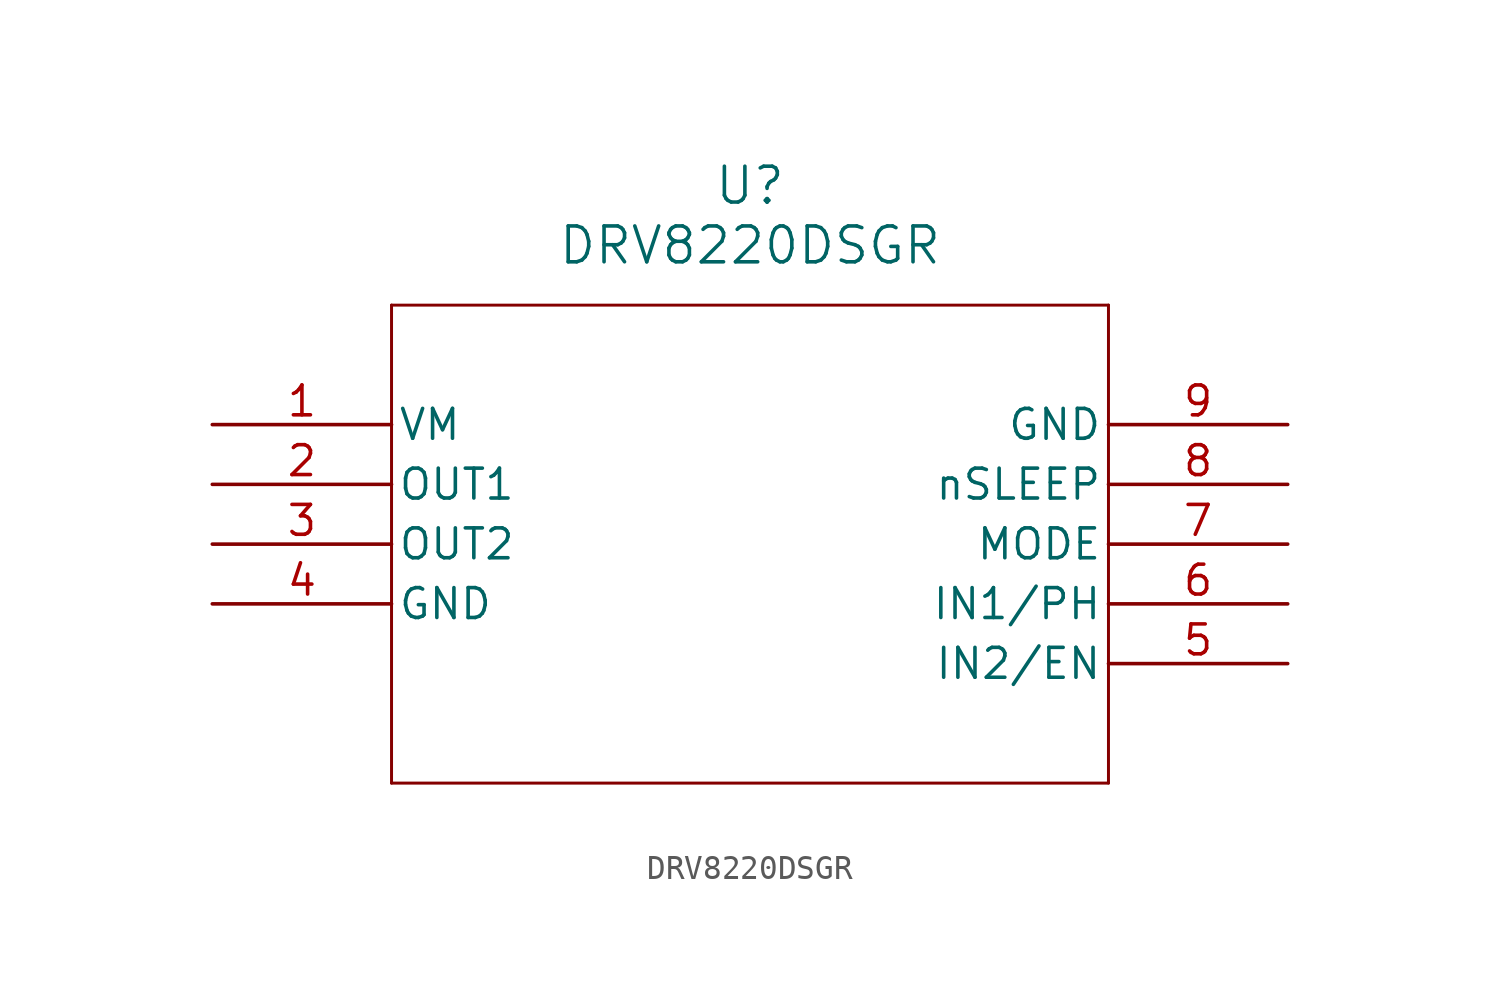
<source format=kicad_sym>
(kicad_symbol_lib
  (version 20211014)
  (generator kicad_symbol_editor)
  (symbol "DRV8220DSGR"
    (pin_names
      (offset 0.254))
    (property "Reference" "U"
      (at 22.86 10.16 0)
      (effects (font (size 1.524 1.524))))
    (property "Value" "DRV8220DSGR"
      (at 22.86 7.62 0)
      (effects (font (size 1.524 1.524))))
    (symbol "DRV8220DSGR_0_1"
      (polyline (pts (xy 7.62 5.08) (xy 7.62 -15.24)) (stroke (width 0.127) (type default) (color 0 0 0 0)) (fill (type none)))
      (polyline (pts (xy 7.62 -15.24) (xy 38.1 -15.24)) (stroke (width 0.127) (type default) (color 0 0 0 0)) (fill (type none)))
      (polyline (pts (xy 38.1 -15.24) (xy 38.1 5.08)) (stroke (width 0.127) (type default) (color 0 0 0 0)) (fill (type none)))
      (polyline (pts (xy 38.1 5.08) (xy 7.62 5.08)) (stroke (width 0.127) (type default) (color 0 0 0 0)) (fill (type none)))
      (pin power_in line (at 0 0 0) (length 7.62) (name "VM" (effects (font (size 1.27 1.27)))) (number "1" (effects (font (size 1.27 1.27)))))
      (pin output line (at 0 -2.54 0) (length 7.62) (name "OUT1" (effects (font (size 1.27 1.27)))) (number "2" (effects (font (size 1.27 1.27)))))
      (pin output line (at 0 -5.08 0) (length 7.62) (name "OUT2" (effects (font (size 1.27 1.27)))) (number "3" (effects (font (size 1.27 1.27)))))
      (pin power_out line (at 0 -7.62 0) (length 7.62) (name "GND" (effects (font (size 1.27 1.27)))) (number "4" (effects (font (size 1.27 1.27)))))
      (pin input line (at 45.72 -10.16 180) (length 7.62) (name "IN2/EN" (effects (font (size 1.27 1.27)))) (number "5" (effects (font (size 1.27 1.27)))))
      (pin input line (at 45.72 -7.62 180) (length 7.62) (name "IN1/PH" (effects (font (size 1.27 1.27)))) (number "6" (effects (font (size 1.27 1.27)))))
      (pin input line (at 45.72 -5.08 180) (length 7.62) (name "MODE" (effects (font (size 1.27 1.27)))) (number "7" (effects (font (size 1.27 1.27)))))
      (pin input line (at 45.72 -2.54 180) (length 7.62) (name "nSLEEP" (effects (font (size 1.27 1.27)))) (number "8" (effects (font (size 1.27 1.27)))))
      (pin power_out line (at 45.72 0 180) (length 7.62) (name "GND" (effects (font (size 1.27 1.27)))) (number "9" (effects (font (size 1.27 1.27))))))))
</source>
